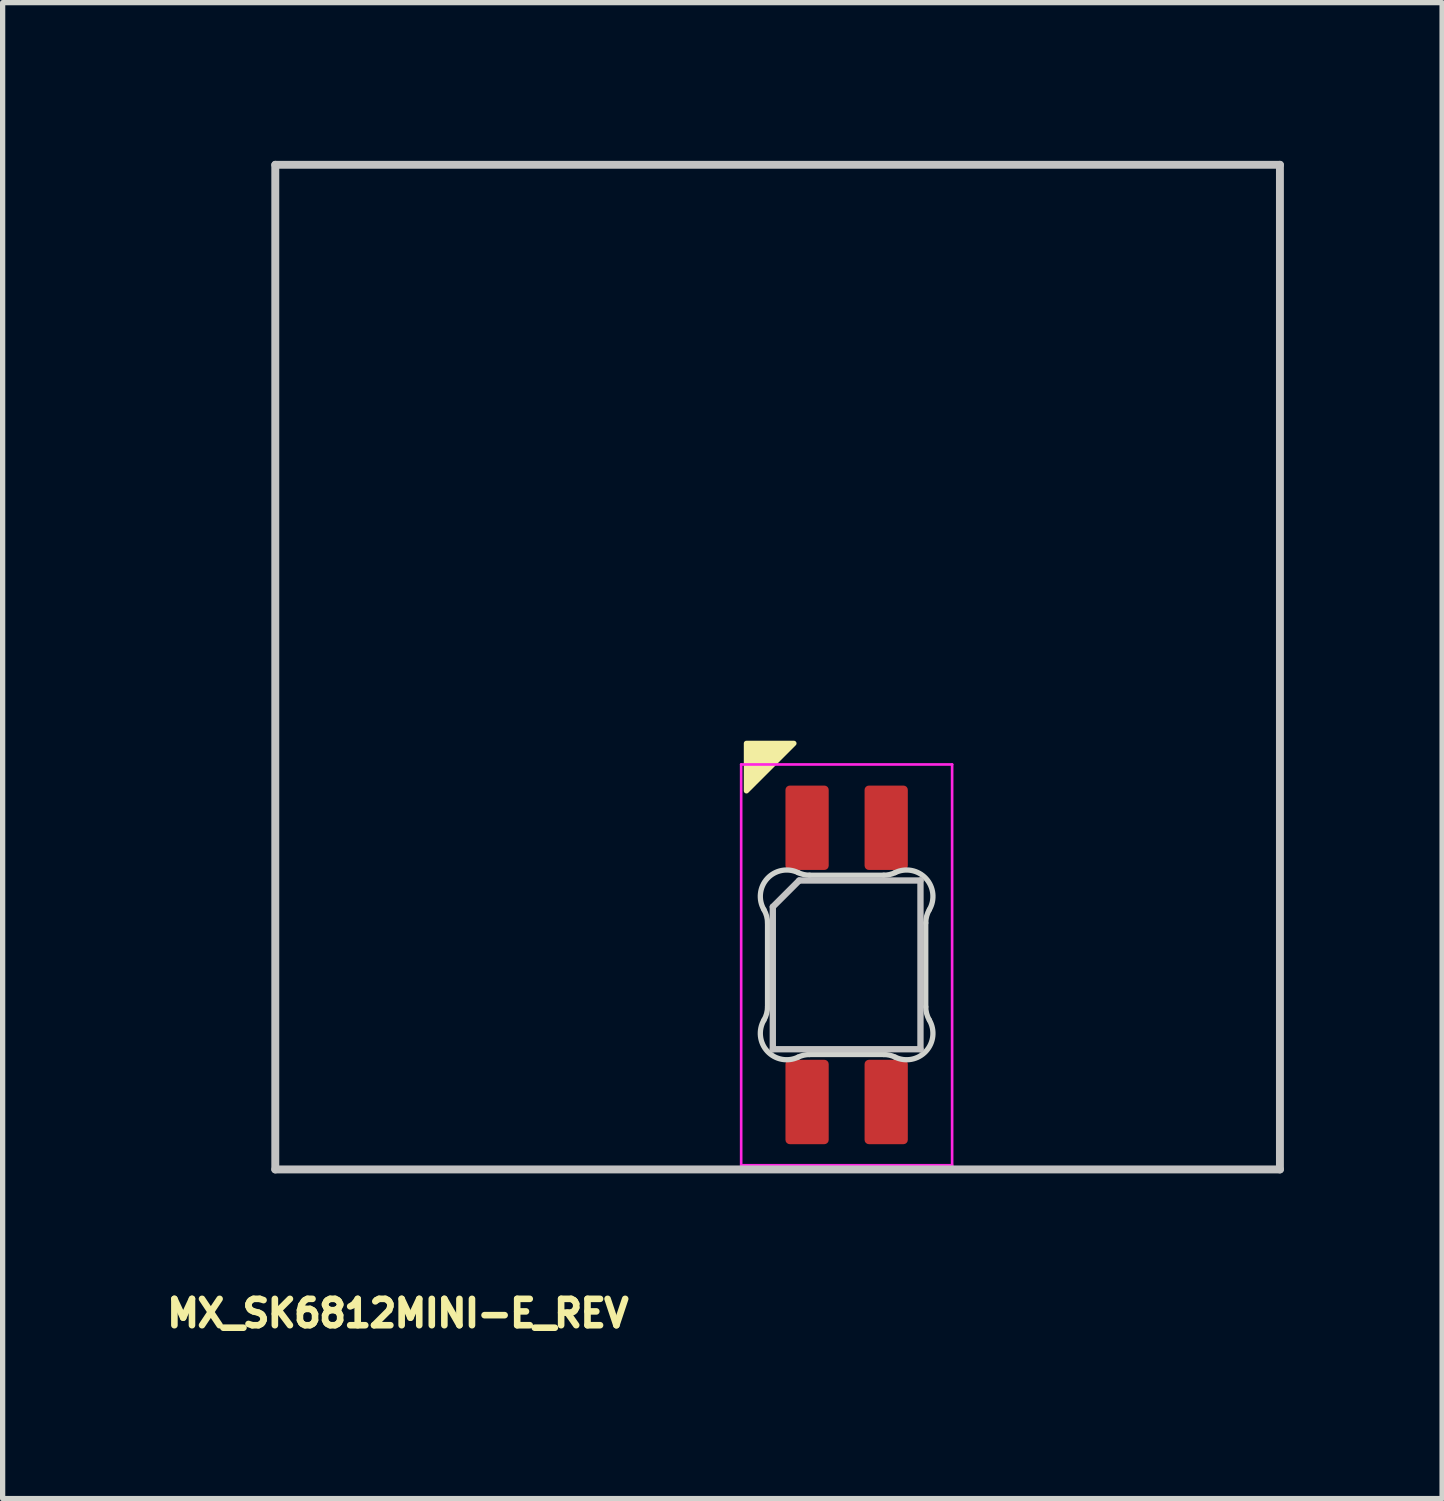
<source format=kicad_pcb>
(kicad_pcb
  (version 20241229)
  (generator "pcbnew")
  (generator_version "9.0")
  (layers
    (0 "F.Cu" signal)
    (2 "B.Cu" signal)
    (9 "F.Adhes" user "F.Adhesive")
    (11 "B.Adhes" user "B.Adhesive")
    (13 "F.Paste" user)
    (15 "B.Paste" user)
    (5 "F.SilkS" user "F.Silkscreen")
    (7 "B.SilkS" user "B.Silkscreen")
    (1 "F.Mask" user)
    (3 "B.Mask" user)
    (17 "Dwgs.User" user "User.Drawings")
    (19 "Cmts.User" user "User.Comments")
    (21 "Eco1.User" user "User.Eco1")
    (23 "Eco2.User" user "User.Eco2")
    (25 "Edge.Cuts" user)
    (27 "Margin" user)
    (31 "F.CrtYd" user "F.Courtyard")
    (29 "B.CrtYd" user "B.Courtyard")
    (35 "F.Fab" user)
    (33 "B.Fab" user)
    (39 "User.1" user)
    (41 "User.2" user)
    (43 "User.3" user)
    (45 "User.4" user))
  (footprint "MX_SK6812MINI-E_REV"
    (layer "F.Cu")
    (at 11.695 14.704)
    (property "Reference" "MX_SK6812MINI-E_REV" (at -7.2 7.15 0) (layer "F.SilkS") (effects (font (size 0.5 0.5) (thickness 0.125))))
    (attr through_hole)
    (fp_poly (pts (xy 0.309 -3.658) (xy -0.591 -2.758) (xy -0.591 -3.658)) (stroke (width 0.1) (type solid)) (fill yes) (layer "F.SilkS"))
    (fp_line (start -9.525 -14.629) (end -9.525 4.421) (stroke (width 0.15) (type solid)) (layer "Dwgs.User"))
    (fp_line (start -9.525 4.421) (end 9.525 4.421) (stroke (width 0.15) (type solid)) (layer "Dwgs.User"))
    (fp_line (start -0.091 2.142) (end -0.091 -0.558) (stroke (width 0.12) (type solid)) (layer "Dwgs.User"))
    (fp_line (start 0.409 -1.058) (end -0.091 -0.558) (stroke (width 0.12) (type solid)) (layer "Dwgs.User"))
    (fp_line (start 0.409 -1.058) (end 2.709 -1.058) (stroke (width 0.12) (type solid)) (layer "Dwgs.User"))
    (fp_line (start 2.709 -1.058) (end 2.709 2.142) (stroke (width 0.12) (type solid)) (layer "Dwgs.User"))
    (fp_line (start 2.709 2.142) (end -0.091 2.142) (stroke (width 0.12) (type solid)) (layer "Dwgs.User"))
    (fp_line (start 9.525 -14.629) (end -9.525 -14.629) (stroke (width 0.15) (type solid)) (layer "Dwgs.User"))
    (fp_line (start 9.525 4.421) (end 9.525 -14.629) (stroke (width 0.15) (type solid)) (layer "Dwgs.User"))
    (fp_line (start -0.191 -0.252) (end -0.191 1.336) (stroke (width 0.1) (type solid)) (layer "Edge.Cuts"))
    (fp_line (start 0.606 2.242) (end 2.012 2.242) (stroke (width 0.1) (type solid)) (layer "Edge.Cuts"))
    (fp_line (start 2.012 -1.158) (end 0.606 -1.158) (stroke (width 0.1) (type solid)) (layer "Edge.Cuts"))
    (fp_line (start 2.809 1.336) (end 2.809 -0.252) (stroke (width 0.1) (type solid)) (layer "Edge.Cuts"))
    (fp_arc (start -0.259299 -0.504711) (mid -0.208376 -0.383123) (end -0.191 -0.252452) (stroke (width 0.1) (type solid)) (layer "Edge.Cuts"))
    (fp_arc (start -0.259299 -0.504711) (mid -0.195035 -1.096072) (end 0.389281 -1.207484) (stroke (width 0.1) (type solid)) (layer "Edge.Cuts"))
    (fp_arc (start -0.191 1.336452) (mid -0.208377 1.467122) (end -0.259299 1.58871) (stroke (width 0.1) (type solid)) (layer "Edge.Cuts"))
    (fp_arc (start 0.38928 2.291484) (mid -0.195034 2.18007) (end -0.259297 1.588711) (stroke (width 0.1) (type solid)) (layer "Edge.Cuts"))
    (fp_arc (start 0.38928 2.291484) (mid 0.494932 2.254527) (end 0.606157 2.241999) (stroke (width 0.1) (type solid)) (layer "Edge.Cuts"))
    (fp_arc (start 0.606158 -1.157999) (mid 0.494932 -1.170527) (end 0.38928 -1.207484) (stroke (width 0.1) (type solid)) (layer "Edge.Cuts"))
    (fp_arc (start 2.011842 2.241999) (mid 2.123068 2.254527) (end 2.22872 2.291484) (stroke (width 0.1) (type solid)) (layer "Edge.Cuts"))
    (fp_arc (start 2.22872 -1.207484) (mid 2.123072 -1.17051) (end 2.011843 -1.157999) (stroke (width 0.1) (type solid)) (layer "Edge.Cuts"))
    (fp_arc (start 2.22872 -1.207484) (mid 2.813034 -1.09607) (end 2.877298 -0.504711) (stroke (width 0.1) (type solid)) (layer "Edge.Cuts"))
    (fp_arc (start 2.808999 -0.252453) (mid 2.826376 -0.383123) (end 2.877298 -0.504711) (stroke (width 0.1) (type solid)) (layer "Edge.Cuts"))
    (fp_arc (start 2.877299 1.588711) (mid 2.813035 2.180071) (end 2.22872 2.291484) (stroke (width 0.1) (type solid)) (layer "Edge.Cuts"))
    (fp_arc (start 2.877299 1.588711) (mid 2.826376 1.467123) (end 2.809 1.336453) (stroke (width 0.1) (type solid)) (layer "Edge.Cuts"))
    (fp_line (start -0.691 -3.258) (end 3.309 -3.258) (stroke (width 0.05) (type solid)) (layer "F.CrtYd"))
    (fp_line (start -0.691 4.342) (end -0.691 -3.258) (stroke (width 0.05) (type solid)) (layer "F.CrtYd"))
    (fp_line (start 3.309 -3.258) (end 3.309 4.342) (stroke (width 0.05) (type solid)) (layer "F.CrtYd"))
    (fp_line (start 3.309 4.342) (end -0.691 4.342) (stroke (width 0.05) (type solid)) (layer "F.CrtYd"))
    (pad "1" smd roundrect (at 2.059 3.142) (size 0.82 1.6) (layers "F.Cu" "F.Mask" "F.Paste") (roundrect_rratio 0.1))
    (pad "2" smd roundrect (at 0.559 3.142) (size 0.82 1.6) (layers "F.Cu" "F.Mask" "F.Paste") (roundrect_rratio 0.1))
    (pad "3" smd roundrect (at 0.559 -2.058) (size 0.82 1.6) (layers "F.Cu" "F.Mask" "F.Paste") (roundrect_rratio 0.1))
    (pad "4" smd roundrect (at 2.059 -2.058) (size 0.82 1.6) (layers "F.Cu" "F.Mask" "F.Paste") (roundrect_rratio 0.1)))
  (gr_rect
    (start -3 -3)
    (end 24.295 25.366)
    (stroke (width 0.1) (type default))
    (fill no)
    (layer "Edge.Cuts")))
</source>
